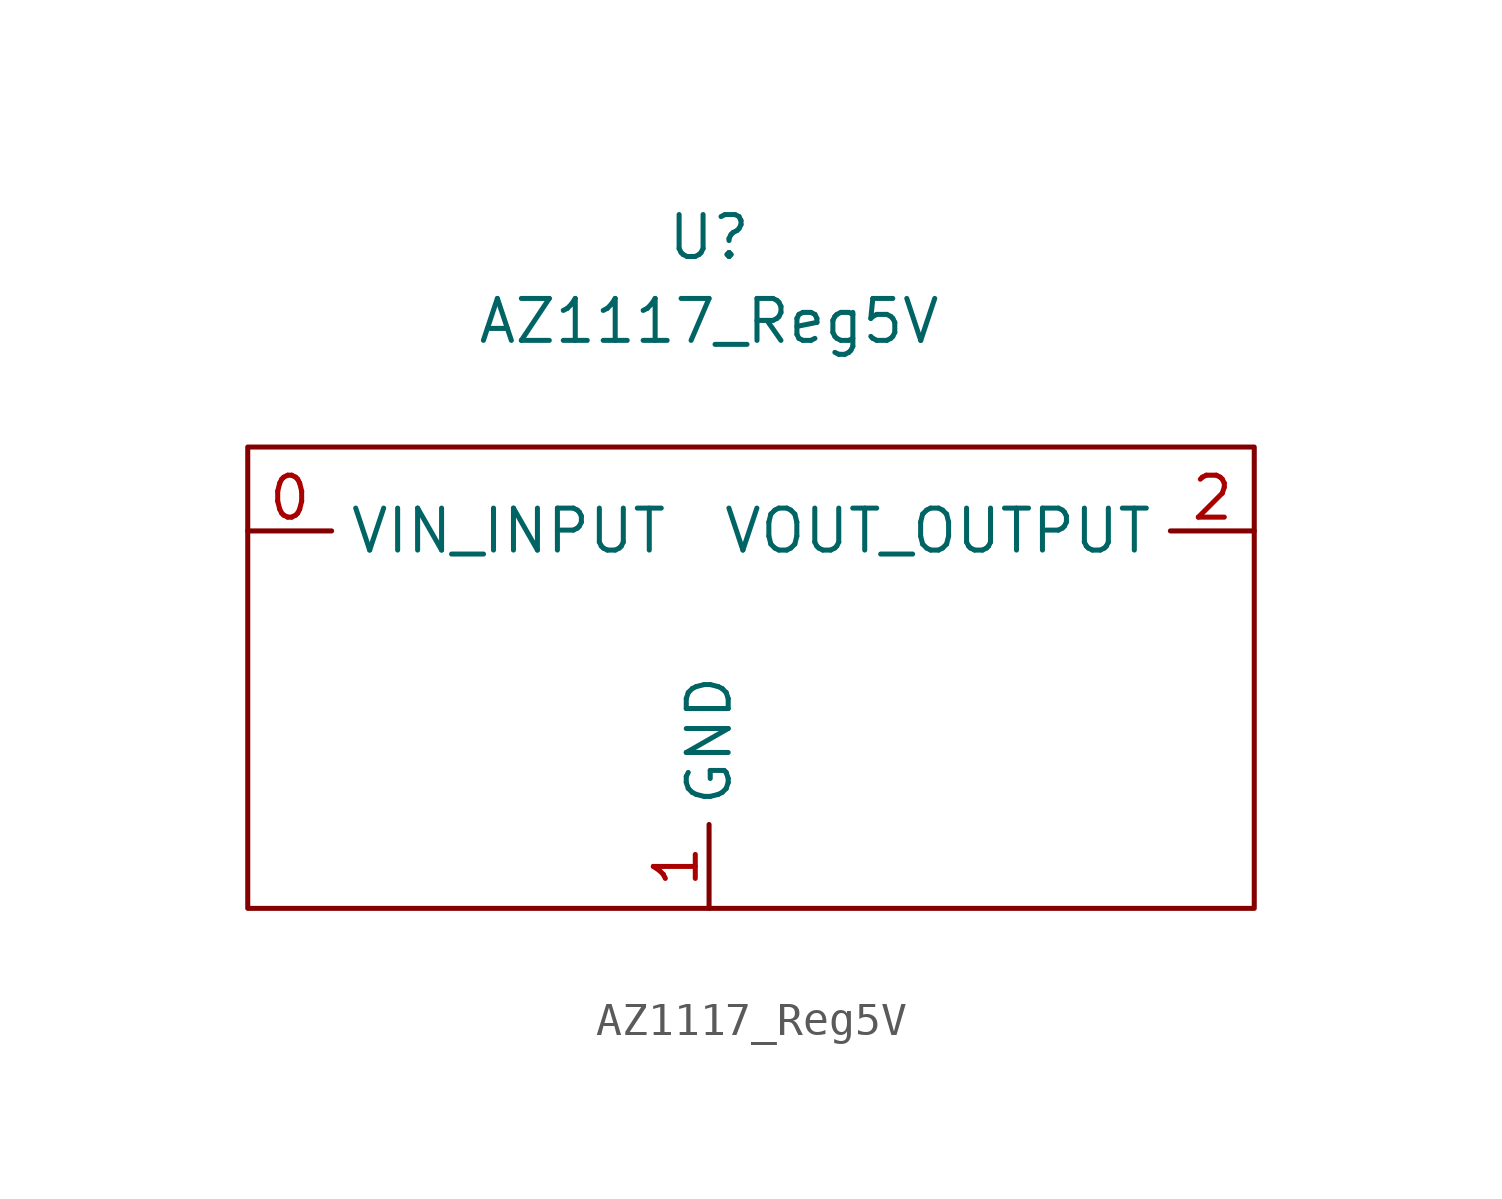
<source format=kicad_sym>
(kicad_symbol_lib
  (version 20211014)
  (generator kicad_symbol_editor)
  (symbol "AZ1117_Reg5V"
    (property "Reference" "U"
      (at 0 5.08 0)
      (effects (font (size 1.27 1.27))))
    (property "Value" "AZ1117_Reg5V"
      (at 0 2.54 0)
      (effects (font (size 1.27 1.27))))
    (symbol "AZ1117_Reg5V_0_1"
      (rectangle (start -13.97 -1.27) (end 16.51 -15.24) (stroke (width 0) (type default) (color 0 0 0 0)) (fill (type none))))
    (symbol "AZ1117_Reg5V_1_1"
      (pin power_in line (at -13.97 -3.81 0) (length 2.54) (name "VIN_INPUT" (effects (font (size 1.27 1.27)))) (number "0" (effects (font (size 1.27 1.27)))))
      (pin power_in line (at 0 -15.24 90) (length 2.54) (name "GND" (effects (font (size 1.27 1.27)))) (number "1" (effects (font (size 1.27 1.27)))))
      (pin power_out line (at 16.51 -3.81 180) (length 2.54) (name "VOUT_OUTPUT" (effects (font (size 1.27 1.27)))) (number "2" (effects (font (size 1.27 1.27))))))))
</source>
